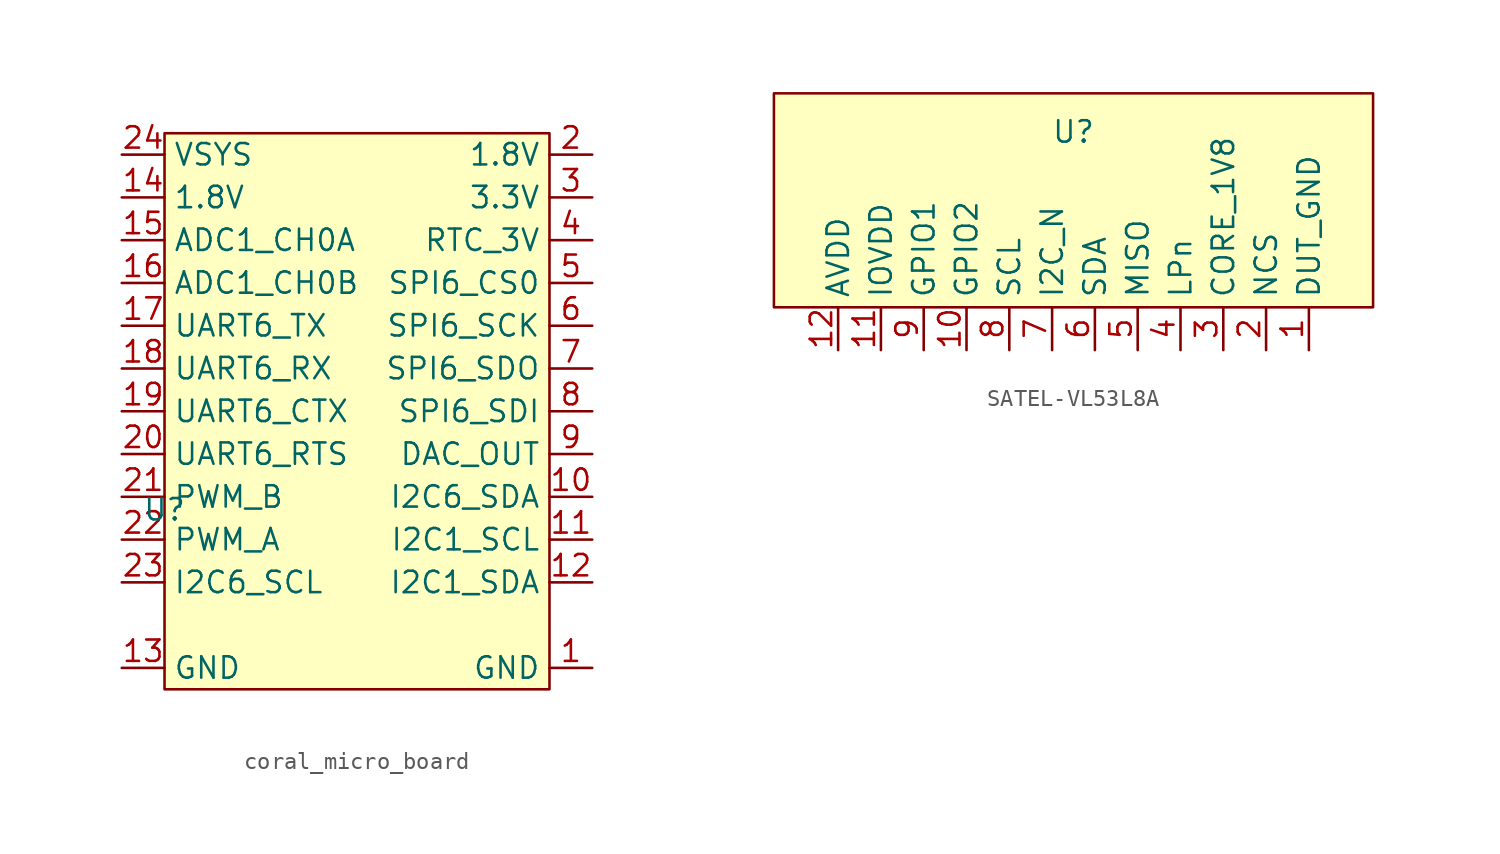
<source format=kicad_sym>
(kicad_symbol_lib
  (version 20231120)
  (generator "kicad_symbol_editor")
  (generator_version "8.0")
  (symbol "coral_micro_board"
    (property "Reference" "U"
      (at -11.43 -2.032 0)
      (effects (font (size 1.27 1.27))))
    (property "Value" ""
      (at -13.97 19.05 0)
      (effects (font (size 1.27 1.27))))
    (symbol "coral_micro_board_0_0"
      (pin bidirectional line (at 13.97 -1.27 180) (length 2.54) (name "I2C6_SDA" (effects (font (size 1.27 1.27)))) (number "10" (effects (font (size 1.27 1.27)))))
      (pin output line (at 13.97 -3.81 180) (length 2.54) (name "I2C1_SCL" (effects (font (size 1.27 1.27)))) (number "11" (effects (font (size 1.27 1.27)))))
      (pin bidirectional line (at -13.97 -11.43 0) (length 2.54) (name "GND" (effects (font (size 1.27 1.27)))) (number "13" (effects (font (size 1.27 1.27)))))
      (pin output line (at -13.97 16.51 0) (length 2.54) (name "1.8V" (effects (font (size 1.27 1.27)))) (number "14" (effects (font (size 1.27 1.27)))))
      (pin output line (at -13.97 13.97 0) (length 2.54) (name "ADC1_CH0A" (effects (font (size 1.27 1.27)))) (number "15" (effects (font (size 1.27 1.27)))))
      (pin output line (at -13.97 11.43 0) (length 2.54) (name "ADC1_CH0B" (effects (font (size 1.27 1.27)))) (number "16" (effects (font (size 1.27 1.27)))))
      (pin output line (at -13.97 8.89 0) (length 2.54) (name "UART6_TX" (effects (font (size 1.27 1.27)))) (number "17" (effects (font (size 1.27 1.27)))))
      (pin output line (at -13.97 6.35 0) (length 2.54) (name "UART6_RX" (effects (font (size 1.27 1.27)))) (number "18" (effects (font (size 1.27 1.27)))))
      (pin output line (at -13.97 3.81 0) (length 2.54) (name "UART6_CTX" (effects (font (size 1.27 1.27)))) (number "19" (effects (font (size 1.27 1.27)))))
      (pin output line (at -13.97 1.27 0) (length 2.54) (name "UART6_RTS" (effects (font (size 1.27 1.27)))) (number "20" (effects (font (size 1.27 1.27)))))
      (pin output line (at -13.97 -1.27 0) (length 2.54) (name "PWM_B" (effects (font (size 1.27 1.27)))) (number "21" (effects (font (size 1.27 1.27)))))
      (pin output line (at -13.97 -3.81 0) (length 2.54) (name "PWM_A" (effects (font (size 1.27 1.27)))) (number "22" (effects (font (size 1.27 1.27)))))
      (pin output line (at -13.97 -6.35 0) (length 2.54) (name "I2C6_SCL" (effects (font (size 1.27 1.27)))) (number "23" (effects (font (size 1.27 1.27)))))
      (pin power_out line (at -13.97 19.05 0) (length 2.54) (name "VSYS" (effects (font (size 1.27 1.27)))) (number "24" (effects (font (size 1.27 1.27)))))
      (pin input line (at 13.97 13.97 180) (length 2.54) (name "RTC_3V" (effects (font (size 1.27 1.27)))) (number "4" (effects (font (size 1.27 1.27)))))
      (pin output line (at 13.97 11.43 180) (length 2.54) (name "SPI6_CS0" (effects (font (size 1.27 1.27)))) (number "5" (effects (font (size 1.27 1.27)))))
      (pin output line (at 13.97 8.89 180) (length 2.54) (name "SPI6_SCK" (effects (font (size 1.27 1.27)))) (number "6" (effects (font (size 1.27 1.27)))))
      (pin output line (at 13.97 6.35 180) (length 2.54) (name "SPI6_SDO" (effects (font (size 1.27 1.27)))) (number "7" (effects (font (size 1.27 1.27)))))
      (pin output line (at 13.97 3.81 180) (length 2.54) (name "SPI6_SDI" (effects (font (size 1.27 1.27)))) (number "8" (effects (font (size 1.27 1.27)))))
      (pin output line (at 13.97 1.27 180) (length 2.54) (name "DAC_OUT" (effects (font (size 1.27 1.27)))) (number "9" (effects (font (size 1.27 1.27))))))
    (symbol "coral_micro_board_1_0"
      (pin bidirectional line (at 13.97 -11.43 180) (length 2.54) (name "GND" (effects (font (size 1.27 1.27)))) (number "1" (effects (font (size 1.27 1.27)))))
      (pin output line (at 13.97 -6.35 180) (length 2.54) (name "I2C1_SDA" (effects (font (size 1.27 1.27)))) (number "12" (effects (font (size 1.27 1.27)))))
      (pin output line (at 13.97 19.05 180) (length 2.54) (name "1.8V" (effects (font (size 1.27 1.27)))) (number "2" (effects (font (size 1.27 1.27)))))
      (pin output line (at 13.97 16.51 180) (length 2.54) (name "3.3V" (effects (font (size 1.27 1.27)))) (number "3" (effects (font (size 1.27 1.27))))))
    (symbol "coral_micro_board_1_1"
      (rectangle (start -11.43 20.32) (end 11.43 -12.7) (stroke (width 0) (type default)) (fill (type background)))))
  (symbol "SATEL-VL53L8A"
    (property "Reference" "U"
      (at 0 10.414 0)
      (effects (font (size 1.27 1.27))))
    (property "Value" ""
      (at -16.51 5.08 0)
      (effects (font (size 1.27 1.27))))
    (symbol "SATEL-VL53L8A_0_0"
      (pin unspecified line (at 13.97 -2.54 90) (length 2.54) (name "DUT_GND" (effects (font (size 1.27 1.27)))) (number "1" (effects (font (size 1.27 1.27)))))
      (pin unspecified line (at -6.35 -2.54 90) (length 2.54) (name "GPIO2" (effects (font (size 1.27 1.27)))) (number "10" (effects (font (size 1.27 1.27)))))
      (pin unspecified line (at -11.43 -2.54 90) (length 2.54) (name "IOVDD" (effects (font (size 1.27 1.27)))) (number "11" (effects (font (size 1.27 1.27)))))
      (pin unspecified line (at -13.97 -2.54 90) (length 2.54) (name "AVDD" (effects (font (size 1.27 1.27)))) (number "12" (effects (font (size 1.27 1.27)))))
      (pin unspecified line (at 11.43 -2.54 90) (length 2.54) (name "NCS" (effects (font (size 1.27 1.27)))) (number "2" (effects (font (size 1.27 1.27)))))
      (pin unspecified line (at 8.89 -2.54 90) (length 2.54) (name "CORE_1V8" (effects (font (size 1.27 1.27)))) (number "3" (effects (font (size 1.27 1.27)))))
      (pin unspecified line (at 6.35 -2.54 90) (length 2.54) (name "LPn" (effects (font (size 1.27 1.27)))) (number "4" (effects (font (size 1.27 1.27)))))
      (pin unspecified line (at 3.81 -2.54 90) (length 2.54) (name "MISO" (effects (font (size 1.27 1.27)))) (number "5" (effects (font (size 1.27 1.27)))))
      (pin unspecified line (at 1.27 -2.54 90) (length 2.54) (name "SDA" (effects (font (size 1.27 1.27)))) (number "6" (effects (font (size 1.27 1.27)))))
      (pin unspecified line (at -1.27 -2.54 90) (length 2.54) (name "I2C_N" (effects (font (size 1.27 1.27)))) (number "7" (effects (font (size 1.27 1.27)))))
      (pin unspecified line (at -3.81 -2.54 90) (length 2.54) (name "SCL" (effects (font (size 1.27 1.27)))) (number "8" (effects (font (size 1.27 1.27)))))
      (pin unspecified line (at -8.89 -2.54 90) (length 2.54) (name "GPIO1" (effects (font (size 1.27 1.27)))) (number "9" (effects (font (size 1.27 1.27))))))
    (symbol "SATEL-VL53L8A_1_1"
      (rectangle (start -17.78 12.7) (end 17.78 0) (stroke (width 0) (type default)) (fill (type background))))))
</source>
